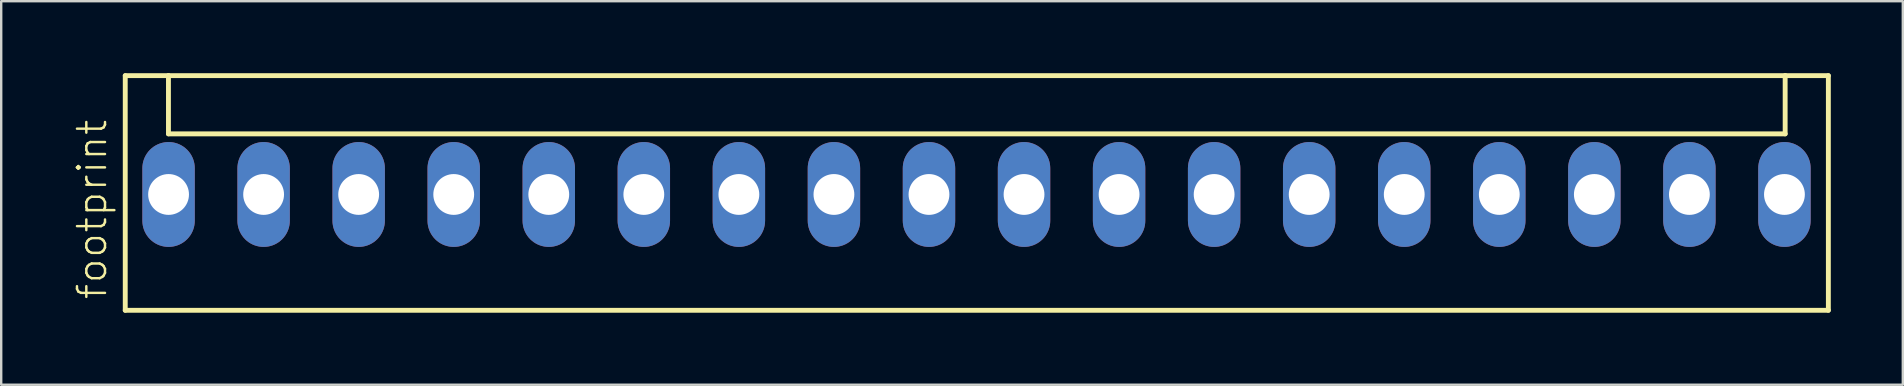
<source format=kicad_pcb>
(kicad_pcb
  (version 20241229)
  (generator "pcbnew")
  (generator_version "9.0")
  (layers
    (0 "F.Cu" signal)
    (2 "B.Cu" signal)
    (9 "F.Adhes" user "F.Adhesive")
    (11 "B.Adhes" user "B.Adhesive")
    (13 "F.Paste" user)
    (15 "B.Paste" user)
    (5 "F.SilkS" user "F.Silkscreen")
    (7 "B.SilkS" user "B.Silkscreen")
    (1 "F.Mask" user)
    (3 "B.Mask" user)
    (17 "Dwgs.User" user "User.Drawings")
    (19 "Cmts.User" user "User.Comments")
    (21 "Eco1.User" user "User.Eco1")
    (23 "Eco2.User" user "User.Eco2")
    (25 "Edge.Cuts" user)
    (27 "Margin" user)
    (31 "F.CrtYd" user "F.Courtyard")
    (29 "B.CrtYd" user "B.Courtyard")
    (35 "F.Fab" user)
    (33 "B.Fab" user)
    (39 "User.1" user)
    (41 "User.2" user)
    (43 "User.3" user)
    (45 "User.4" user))
  (footprint "footprint"
    (layer "F.Cu")
    (at 37.633 5.052)
    (property "Reference" "footprint" (at -36.16 4.445 90) (layer "F.SilkS") (effects (font (size 1.168 1.168) (thickness 0.102)) (justify left bottom)))
    (fp_line (start -35.465 -4.95) (end -35.465 4.825) (stroke (width 0.203) (type solid)) (layer "F.SilkS"))
    (fp_line (start -35.465 4.825) (end 35.49 4.825) (stroke (width 0.203) (type solid)) (layer "F.SilkS"))
    (fp_line (start -33.665 -4.95) (end -35.465 -4.95) (stroke (width 0.203) (type solid)) (layer "F.SilkS"))
    (fp_line (start -33.665 -2.525) (end -33.665 -4.95) (stroke (width 0.203) (type solid)) (layer "F.SilkS"))
    (fp_line (start -33.665 -2.525) (end 33.69 -2.525) (stroke (width 0.203) (type solid)) (layer "F.SilkS"))
    (fp_line (start 33.69 -4.95) (end -33.665 -4.95) (stroke (width 0.203) (type solid)) (layer "F.SilkS"))
    (fp_line (start 33.69 -2.525) (end 33.69 -4.95) (stroke (width 0.203) (type solid)) (layer "F.SilkS"))
    (fp_line (start 35.49 -4.95) (end 33.69 -4.95) (stroke (width 0.203) (type solid)) (layer "F.SilkS"))
    (fp_line (start 35.49 4.825) (end 35.49 -4.95) (stroke (width 0.203) (type solid)) (layer "F.SilkS"))
    (pad "1" thru_hole oval (at -33.66 0 90) (size 4.369 2.184) (drill 1.7) (layers "*.Cu" "*.Mask"))
    (pad "2" thru_hole oval (at -29.7 0 90) (size 4.369 2.184) (drill 1.7) (layers "*.Cu" "*.Mask"))
    (pad "3" thru_hole oval (at -25.74 0 90) (size 4.369 2.184) (drill 1.7) (layers "*.Cu" "*.Mask"))
    (pad "4" thru_hole oval (at -21.78 0 90) (size 4.369 2.184) (drill 1.7) (layers "*.Cu" "*.Mask"))
    (pad "5" thru_hole oval (at -17.82 0 90) (size 4.369 2.184) (drill 1.7) (layers "*.Cu" "*.Mask"))
    (pad "6" thru_hole oval (at -13.86 0 90) (size 4.369 2.184) (drill 1.7) (layers "*.Cu" "*.Mask"))
    (pad "7" thru_hole oval (at -9.9 0 90) (size 4.369 2.184) (drill 1.7) (layers "*.Cu" "*.Mask"))
    (pad "8" thru_hole oval (at -5.94 0 90) (size 4.369 2.184) (drill 1.7) (layers "*.Cu" "*.Mask"))
    (pad "9" thru_hole oval (at -1.98 0 90) (size 4.369 2.184) (drill 1.7) (layers "*.Cu" "*.Mask"))
    (pad "10" thru_hole oval (at 1.98 0 90) (size 4.369 2.184) (drill 1.7) (layers "*.Cu" "*.Mask"))
    (pad "11" thru_hole oval (at 5.94 0 90) (size 4.369 2.184) (drill 1.7) (layers "*.Cu" "*.Mask"))
    (pad "12" thru_hole oval (at 9.9 0 90) (size 4.369 2.184) (drill 1.7) (layers "*.Cu" "*.Mask"))
    (pad "13" thru_hole oval (at 13.86 0 90) (size 4.369 2.184) (drill 1.7) (layers "*.Cu" "*.Mask"))
    (pad "14" thru_hole oval (at 17.82 0 90) (size 4.369 2.184) (drill 1.7) (layers "*.Cu" "*.Mask"))
    (pad "15" thru_hole oval (at 21.78 0 90) (size 4.369 2.184) (drill 1.7) (layers "*.Cu" "*.Mask"))
    (pad "16" thru_hole oval (at 25.74 0 90) (size 4.369 2.184) (drill 1.7) (layers "*.Cu" "*.Mask"))
    (pad "17" thru_hole oval (at 29.7 0 90) (size 4.369 2.184) (drill 1.7) (layers "*.Cu" "*.Mask"))
    (pad "18" thru_hole oval (at 33.66 0 90) (size 4.369 2.184) (drill 1.7) (layers "*.Cu" "*.Mask")))
  (gr_rect
    (start -3 -3)
    (end 76.225 12.978)
    (stroke (width 0.1) (type default))
    (fill no)
    (layer "Edge.Cuts")))
</source>
